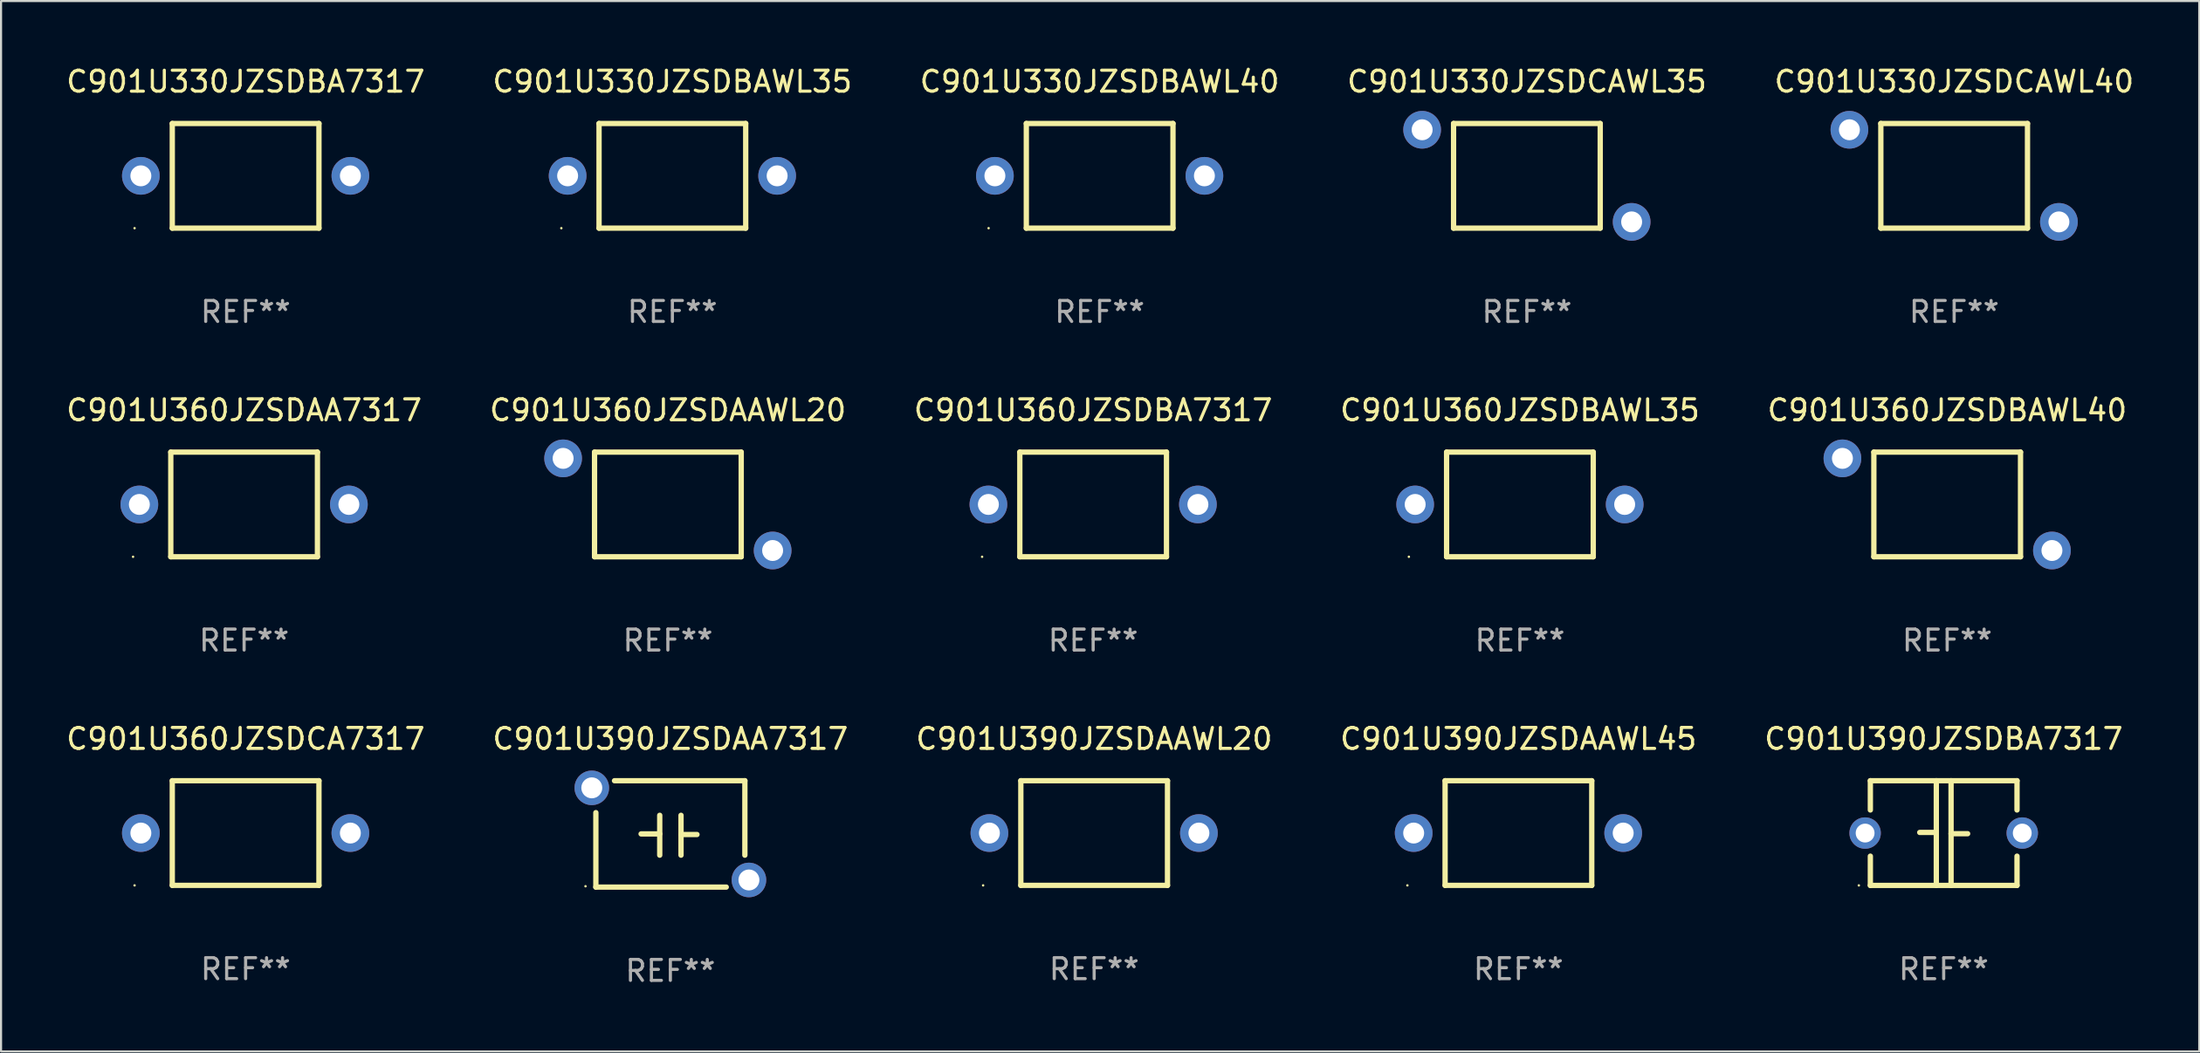
<source format=kicad_pcb>
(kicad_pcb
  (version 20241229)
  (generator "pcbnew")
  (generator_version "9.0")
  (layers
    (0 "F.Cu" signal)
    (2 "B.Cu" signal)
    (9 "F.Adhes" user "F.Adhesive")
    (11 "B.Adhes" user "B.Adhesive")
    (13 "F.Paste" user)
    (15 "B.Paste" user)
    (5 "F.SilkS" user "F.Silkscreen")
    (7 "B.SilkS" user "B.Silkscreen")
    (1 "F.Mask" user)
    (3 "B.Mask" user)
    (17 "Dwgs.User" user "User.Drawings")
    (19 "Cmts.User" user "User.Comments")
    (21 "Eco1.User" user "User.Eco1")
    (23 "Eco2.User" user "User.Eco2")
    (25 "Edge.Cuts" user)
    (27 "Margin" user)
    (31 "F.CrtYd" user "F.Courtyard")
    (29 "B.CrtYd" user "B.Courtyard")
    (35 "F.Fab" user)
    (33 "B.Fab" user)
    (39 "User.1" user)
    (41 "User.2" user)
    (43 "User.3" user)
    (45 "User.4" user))
  (footprint "C901U360JZSDBA7317"
    (layer "F.Cu")
    (at 49.125 21.043)
    (property "Reference" "C901U360JZSDBA7317" (at 0 -4.499 0) (layer "F.SilkS") (effects (font (size 1 1) (thickness 0.15))))
    (attr through_hole)
    (fp_line (start -3.5 -2.499) (end 3.5 -2.499) (stroke (width 0.254) (type solid)) (layer "F.SilkS"))
    (fp_line (start -3.5 2.499) (end -3.5 -2.499) (stroke (width 0.254) (type solid)) (layer "F.SilkS"))
    (fp_line (start 3.5 -2.499) (end 3.5 2.499) (stroke (width 0.254) (type solid)) (layer "F.SilkS"))
    (fp_line (start 3.5 2.499) (end -3.5 2.499) (stroke (width 0.254) (type solid)) (layer "F.SilkS"))
    (fp_circle (center -5.3 2.5) (end -5.27 2.5) (stroke (width 0.06) (type solid)) (fill no) (layer "F.SilkS"))
    (fp_text user "REF**" (at 0 6.499 0) (layer "F.Fab") (effects (font (size 1 1) (thickness 0.15))))
    (pad "1" thru_hole circle (at -5 0) (size 1.8 1.8) (drill 1) (layers "*.Cu" "*.Mask"))
    (pad "2" thru_hole circle (at 5 0) (size 1.8 1.8) (drill 1) (layers "*.Cu" "*.Mask")))
  (footprint "C901U360JZSDAAWL20"
    (layer "F.Cu")
    (at 28.827 21.043)
    (property "Reference" "C901U360JZSDAAWL20" (at 0 -4.499 0) (layer "F.SilkS") (effects (font (size 1 1) (thickness 0.15))))
    (attr through_hole)
    (fp_line (start -3.5 -2.499) (end -3.5 2.499) (stroke (width 0.254) (type solid)) (layer "F.SilkS"))
    (fp_line (start -3.5 2.499) (end 3.5 2.499) (stroke (width 0.254) (type solid)) (layer "F.SilkS"))
    (fp_line (start 3.5 -2.499) (end -3.5 -2.499) (stroke (width 0.254) (type solid)) (layer "F.SilkS"))
    (fp_line (start 3.5 2.499) (end 3.5 -2.499) (stroke (width 0.254) (type solid)) (layer "F.SilkS"))
    (fp_circle (center -5.3 -2.502) (end -5.27 -2.502) (stroke (width 0.06) (type solid)) (fill no) (layer "F.SilkS"))
    (fp_text user "REF**" (at 0 6.499 0) (layer "F.Fab") (effects (font (size 1 1) (thickness 0.15))))
    (pad "1" thru_hole circle (at -5 -2.2) (size 1.8 1.8) (drill 1) (layers "*.Cu" "*.Mask"))
    (pad "2" thru_hole circle (at 5 2.2) (size 1.8 1.8) (drill 1) (layers "*.Cu" "*.Mask")))
  (footprint "C901U360JZSDBAWL35"
    (layer "F.Cu")
    (at 69.494 21.043)
    (property "Reference" "C901U360JZSDBAWL35" (at 0 -4.499 0) (layer "F.SilkS") (effects (font (size 1 1) (thickness 0.15))))
    (attr through_hole)
    (fp_line (start -3.5 -2.499) (end 3.5 -2.499) (stroke (width 0.254) (type solid)) (layer "F.SilkS"))
    (fp_line (start -3.5 2.499) (end -3.5 -2.499) (stroke (width 0.254) (type solid)) (layer "F.SilkS"))
    (fp_line (start 3.5 -2.499) (end 3.5 2.499) (stroke (width 0.254) (type solid)) (layer "F.SilkS"))
    (fp_line (start 3.5 2.499) (end -3.5 2.499) (stroke (width 0.254) (type solid)) (layer "F.SilkS"))
    (fp_circle (center -5.3 2.5) (end -5.27 2.5) (stroke (width 0.06) (type solid)) (fill no) (layer "F.SilkS"))
    (fp_text user "REF**" (at 0 6.499 0) (layer "F.Fab") (effects (font (size 1 1) (thickness 0.15))))
    (pad "1" thru_hole circle (at -5 0) (size 1.8 1.8) (drill 1) (layers "*.Cu" "*.Mask"))
    (pad "2" thru_hole circle (at 5 0) (size 1.8 1.8) (drill 1) (layers "*.Cu" "*.Mask")))
  (footprint "C901U390JZSDAAWL45"
    (layer "F.Cu")
    (at 69.423 36.738)
    (property "Reference" "C901U390JZSDAAWL45" (at 0 -4.499 0) (layer "F.SilkS") (effects (font (size 1 1) (thickness 0.15))))
    (attr through_hole)
    (fp_line (start -3.5 -2.499) (end 3.5 -2.499) (stroke (width 0.254) (type solid)) (layer "F.SilkS"))
    (fp_line (start -3.5 2.499) (end -3.5 -2.499) (stroke (width 0.254) (type solid)) (layer "F.SilkS"))
    (fp_line (start 3.5 -2.499) (end 3.5 2.499) (stroke (width 0.254) (type solid)) (layer "F.SilkS"))
    (fp_line (start 3.5 2.499) (end -3.5 2.499) (stroke (width 0.254) (type solid)) (layer "F.SilkS"))
    (fp_circle (center -5.3 2.5) (end -5.27 2.5) (stroke (width 0.06) (type solid)) (fill no) (layer "F.SilkS"))
    (fp_text user "REF**" (at 0 6.499 0) (layer "F.Fab") (effects (font (size 1 1) (thickness 0.15))))
    (pad "1" thru_hole circle (at -5 0) (size 1.8 1.8) (drill 1) (layers "*.Cu" "*.Mask"))
    (pad "2" thru_hole circle (at 5 0) (size 1.8 1.8) (drill 1) (layers "*.Cu" "*.Mask")))
  (footprint "C901U390JZSDAAWL20"
    (layer "F.Cu")
    (at 49.173 36.738)
    (property "Reference" "C901U390JZSDAAWL20" (at 0 -4.499 0) (layer "F.SilkS") (effects (font (size 1 1) (thickness 0.15))))
    (attr through_hole)
    (fp_line (start -3.5 -2.499) (end 3.5 -2.499) (stroke (width 0.254) (type solid)) (layer "F.SilkS"))
    (fp_line (start -3.5 2.499) (end -3.5 -2.499) (stroke (width 0.254) (type solid)) (layer "F.SilkS"))
    (fp_line (start 3.5 -2.499) (end 3.5 2.499) (stroke (width 0.254) (type solid)) (layer "F.SilkS"))
    (fp_line (start 3.5 2.499) (end -3.5 2.499) (stroke (width 0.254) (type solid)) (layer "F.SilkS"))
    (fp_circle (center -5.3 2.5) (end -5.27 2.5) (stroke (width 0.06) (type solid)) (fill no) (layer "F.SilkS"))
    (fp_text user "REF**" (at 0 6.499 0) (layer "F.Fab") (effects (font (size 1 1) (thickness 0.15))))
    (pad "1" thru_hole circle (at -5 0) (size 1.8 1.8) (drill 1) (layers "*.Cu" "*.Mask"))
    (pad "2" thru_hole circle (at 5 0) (size 1.8 1.8) (drill 1) (layers "*.Cu" "*.Mask")))
  (footprint "C901U360JZSDBAWL40"
    (layer "F.Cu")
    (at 89.887 21.043)
    (property "Reference" "C901U360JZSDBAWL40" (at 0 -4.499 0) (layer "F.SilkS") (effects (font (size 1 1) (thickness 0.15))))
    (attr through_hole)
    (fp_line (start -3.5 -2.499) (end -3.5 2.499) (stroke (width 0.254) (type solid)) (layer "F.SilkS"))
    (fp_line (start -3.5 2.499) (end 3.5 2.499) (stroke (width 0.254) (type solid)) (layer "F.SilkS"))
    (fp_line (start 3.5 -2.499) (end -3.5 -2.499) (stroke (width 0.254) (type solid)) (layer "F.SilkS"))
    (fp_line (start 3.5 2.499) (end 3.5 -2.499) (stroke (width 0.254) (type solid)) (layer "F.SilkS"))
    (fp_circle (center -5.3 -2.502) (end -5.27 -2.502) (stroke (width 0.06) (type solid)) (fill no) (layer "F.SilkS"))
    (fp_text user "REF**" (at 0 6.499 0) (layer "F.Fab") (effects (font (size 1 1) (thickness 0.15))))
    (pad "1" thru_hole circle (at -5 -2.2) (size 1.8 1.8) (drill 1) (layers "*.Cu" "*.Mask"))
    (pad "2" thru_hole circle (at 5 2.2) (size 1.8 1.8) (drill 1) (layers "*.Cu" "*.Mask")))
  (footprint "C901U390JZSDAA7317"
    (layer "F.Cu")
    (at 28.946 36.779)
    (property "Reference" "C901U390JZSDAA7317" (at 0 -4.54 0) (layer "F.SilkS") (effects (font (size 1 1) (thickness 0.15))))
    (attr through_hole)
    (fp_line (start -3.556 2.54) (end -3.556 -1.016) (stroke (width 0.254) (type solid)) (layer "F.SilkS"))
    (fp_line (start -1.397 0) (end -0.508 0) (stroke (width 0.254) (type solid)) (layer "F.SilkS"))
    (fp_line (start -0.508 -0.889) (end -0.508 1.016) (stroke (width 0.254) (type solid)) (layer "F.SilkS"))
    (fp_line (start 0.508 -0.889) (end 0.508 1.016) (stroke (width 0.254) (type solid)) (layer "F.SilkS"))
    (fp_line (start 0.508 0.029) (end 1.27 0.029) (stroke (width 0.254) (type solid)) (layer "F.SilkS"))
    (fp_line (start 2.667 2.54) (end -3.556 2.54) (stroke (width 0.254) (type solid)) (layer "F.SilkS"))
    (fp_line (start 3.556 -2.54) (end -2.667 -2.54) (stroke (width 0.254) (type solid)) (layer "F.SilkS"))
    (fp_line (start 3.556 -2.54) (end 3.556 1.016) (stroke (width 0.254) (type solid)) (layer "F.SilkS"))
    (fp_circle (center -4.05 2.5) (end -4.02 2.5) (stroke (width 0.06) (type solid)) (fill no) (layer "F.SilkS"))
    (fp_text user "REF**" (at 0 6.54 0) (layer "F.Fab") (effects (font (size 1 1) (thickness 0.15))))
    (pad "1" thru_hole circle (at -3.75 -2.2) (size 1.65 1.65) (drill 1) (layers "*.Cu" "*.Mask"))
    (pad "2" thru_hole circle (at 3.75 2.2) (size 1.65 1.65) (drill 1) (layers "*.Cu" "*.Mask")))
  (footprint "C901U330JZSDCAWL40"
    (layer "F.Cu")
    (at 90.22 5.348)
    (property "Reference" "C901U330JZSDCAWL40" (at 0 -4.499 0) (layer "F.SilkS") (effects (font (size 1 1) (thickness 0.15))))
    (attr through_hole)
    (fp_line (start -3.5 -2.499) (end -3.5 2.499) (stroke (width 0.254) (type solid)) (layer "F.SilkS"))
    (fp_line (start -3.5 2.499) (end 3.5 2.499) (stroke (width 0.254) (type solid)) (layer "F.SilkS"))
    (fp_line (start 3.5 -2.499) (end -3.5 -2.499) (stroke (width 0.254) (type solid)) (layer "F.SilkS"))
    (fp_line (start 3.5 2.499) (end 3.5 -2.499) (stroke (width 0.254) (type solid)) (layer "F.SilkS"))
    (fp_circle (center -5.3 -2.502) (end -5.27 -2.502) (stroke (width 0.06) (type solid)) (fill no) (layer "F.SilkS"))
    (fp_text user "REF**" (at 0 6.499 0) (layer "F.Fab") (effects (font (size 1 1) (thickness 0.15))))
    (pad "1" thru_hole circle (at -5 -2.2) (size 1.8 1.8) (drill 1) (layers "*.Cu" "*.Mask"))
    (pad "2" thru_hole circle (at 5 2.2) (size 1.8 1.8) (drill 1) (layers "*.Cu" "*.Mask")))
  (footprint "C901U330JZSDBAWL35"
    (layer "F.Cu")
    (at 29.042 5.348)
    (property "Reference" "C901U330JZSDBAWL35" (at 0 -4.499 0) (layer "F.SilkS") (effects (font (size 1 1) (thickness 0.15))))
    (attr through_hole)
    (fp_line (start -3.5 -2.499) (end 3.5 -2.499) (stroke (width 0.254) (type solid)) (layer "F.SilkS"))
    (fp_line (start -3.5 2.499) (end -3.5 -2.499) (stroke (width 0.254) (type solid)) (layer "F.SilkS"))
    (fp_line (start 3.5 -2.499) (end 3.5 2.499) (stroke (width 0.254) (type solid)) (layer "F.SilkS"))
    (fp_line (start 3.5 2.499) (end -3.5 2.499) (stroke (width 0.254) (type solid)) (layer "F.SilkS"))
    (fp_circle (center -5.3 2.5) (end -5.27 2.5) (stroke (width 0.06) (type solid)) (fill no) (layer "F.SilkS"))
    (fp_text user "REF**" (at 0 6.499 0) (layer "F.Fab") (effects (font (size 1 1) (thickness 0.15))))
    (pad "1" thru_hole circle (at -5 0) (size 1.8 1.8) (drill 1) (layers "*.Cu" "*.Mask"))
    (pad "2" thru_hole circle (at 5 0) (size 1.8 1.8) (drill 1) (layers "*.Cu" "*.Mask")))
  (footprint "C901U390JZSDBA7317"
    (layer "F.Cu")
    (at 89.72 36.739)
    (property "Reference" "C901U390JZSDBA7317" (at 0 -4.5 0) (layer "F.SilkS") (effects (font (size 1 1) (thickness 0.15))))
    (attr through_hole)
    (fp_line (start -3.5 -2.5) (end -3.5 -1.103) (stroke (width 0.254) (type solid)) (layer "F.SilkS"))
    (fp_line (start -3.5 -2.5) (end 3.5 -2.5) (stroke (width 0.254) (type solid)) (layer "F.SilkS"))
    (fp_line (start -3.5 1.103) (end -3.5 2.5) (stroke (width 0.254) (type solid)) (layer "F.SilkS"))
    (fp_line (start -0.352 -0.03) (end -1.143 -0.03) (stroke (width 0.254) (type solid)) (layer "F.SilkS"))
    (fp_line (start -0.352 2.5) (end -0.352 -2.5) (stroke (width 0.254) (type solid)) (layer "F.SilkS"))
    (fp_line (start 0.352 -2.5) (end 0.352 2.5) (stroke (width 0.254) (type solid)) (layer "F.SilkS"))
    (fp_line (start 0.352 0.03) (end 1.143 0.03) (stroke (width 0.254) (type solid)) (layer "F.SilkS"))
    (fp_line (start 3.5 -2.5) (end 3.5 -1.103) (stroke (width 0.254) (type solid)) (layer "F.SilkS"))
    (fp_line (start 3.5 1.103) (end 3.5 2.5) (stroke (width 0.254) (type solid)) (layer "F.SilkS"))
    (fp_line (start 3.5 2.5) (end -3.5 2.5) (stroke (width 0.254) (type solid)) (layer "F.SilkS"))
    (fp_circle (center -4.05 2.5) (end -4.02 2.5) (stroke (width 0.06) (type solid)) (fill no) (layer "F.SilkS"))
    (fp_text user "REF**" (at 0 6.5 0) (layer "F.Fab") (effects (font (size 1 1) (thickness 0.15))))
    (pad "1" thru_hole circle (at -3.75 0) (size 1.5 1.5) (drill 0.9) (layers "*.Cu" "*.Mask"))
    (pad "2" thru_hole circle (at 3.75 0) (size 1.5 1.5) (drill 0.9) (layers "*.Cu" "*.Mask")))
  (footprint "C901U330JZSDBA7317"
    (layer "F.Cu")
    (at 8.673 5.348)
    (property "Reference" "C901U330JZSDBA7317" (at 0 -4.499 0) (layer "F.SilkS") (effects (font (size 1 1) (thickness 0.15))))
    (attr through_hole)
    (fp_line (start -3.5 -2.499) (end 3.5 -2.499) (stroke (width 0.254) (type solid)) (layer "F.SilkS"))
    (fp_line (start -3.5 2.499) (end -3.5 -2.499) (stroke (width 0.254) (type solid)) (layer "F.SilkS"))
    (fp_line (start 3.5 -2.499) (end 3.5 2.499) (stroke (width 0.254) (type solid)) (layer "F.SilkS"))
    (fp_line (start 3.5 2.499) (end -3.5 2.499) (stroke (width 0.254) (type solid)) (layer "F.SilkS"))
    (fp_circle (center -5.3 2.5) (end -5.27 2.5) (stroke (width 0.06) (type solid)) (fill no) (layer "F.SilkS"))
    (fp_text user "REF**" (at 0 6.499 0) (layer "F.Fab") (effects (font (size 1 1) (thickness 0.15))))
    (pad "1" thru_hole circle (at -5 0) (size 1.8 1.8) (drill 1) (layers "*.Cu" "*.Mask"))
    (pad "2" thru_hole circle (at 5 0) (size 1.8 1.8) (drill 1) (layers "*.Cu" "*.Mask")))
  (footprint "C901U330JZSDCAWL35"
    (layer "F.Cu")
    (at 69.827 5.348)
    (property "Reference" "C901U330JZSDCAWL35" (at 0 -4.499 0) (layer "F.SilkS") (effects (font (size 1 1) (thickness 0.15))))
    (attr through_hole)
    (fp_line (start -3.5 -2.499) (end -3.5 2.499) (stroke (width 0.254) (type solid)) (layer "F.SilkS"))
    (fp_line (start -3.5 2.499) (end 3.5 2.499) (stroke (width 0.254) (type solid)) (layer "F.SilkS"))
    (fp_line (start 3.5 -2.499) (end -3.5 -2.499) (stroke (width 0.254) (type solid)) (layer "F.SilkS"))
    (fp_line (start 3.5 2.499) (end 3.5 -2.499) (stroke (width 0.254) (type solid)) (layer "F.SilkS"))
    (fp_circle (center -5.3 -2.502) (end -5.27 -2.502) (stroke (width 0.06) (type solid)) (fill no) (layer "F.SilkS"))
    (fp_text user "REF**" (at 0 6.499 0) (layer "F.Fab") (effects (font (size 1 1) (thickness 0.15))))
    (pad "1" thru_hole circle (at -5 -2.2) (size 1.8 1.8) (drill 1) (layers "*.Cu" "*.Mask"))
    (pad "2" thru_hole circle (at 5 2.2) (size 1.8 1.8) (drill 1) (layers "*.Cu" "*.Mask")))
  (footprint "C901U330JZSDBAWL40"
    (layer "F.Cu")
    (at 49.435 5.348)
    (property "Reference" "C901U330JZSDBAWL40" (at 0 -4.499 0) (layer "F.SilkS") (effects (font (size 1 1) (thickness 0.15))))
    (attr through_hole)
    (fp_line (start -3.5 -2.499) (end 3.5 -2.499) (stroke (width 0.254) (type solid)) (layer "F.SilkS"))
    (fp_line (start -3.5 2.499) (end -3.5 -2.499) (stroke (width 0.254) (type solid)) (layer "F.SilkS"))
    (fp_line (start 3.5 -2.499) (end 3.5 2.499) (stroke (width 0.254) (type solid)) (layer "F.SilkS"))
    (fp_line (start 3.5 2.499) (end -3.5 2.499) (stroke (width 0.254) (type solid)) (layer "F.SilkS"))
    (fp_circle (center -5.3 2.5) (end -5.27 2.5) (stroke (width 0.06) (type solid)) (fill no) (layer "F.SilkS"))
    (fp_text user "REF**" (at 0 6.499 0) (layer "F.Fab") (effects (font (size 1 1) (thickness 0.15))))
    (pad "1" thru_hole circle (at -5 0) (size 1.8 1.8) (drill 1) (layers "*.Cu" "*.Mask"))
    (pad "2" thru_hole circle (at 5 0) (size 1.8 1.8) (drill 1) (layers "*.Cu" "*.Mask")))
  (footprint "C901U360JZSDAA7317"
    (layer "F.Cu")
    (at 8.601 21.043)
    (property "Reference" "C901U360JZSDAA7317" (at 0 -4.499 0) (layer "F.SilkS") (effects (font (size 1 1) (thickness 0.15))))
    (attr through_hole)
    (fp_line (start -3.5 -2.499) (end 3.5 -2.499) (stroke (width 0.254) (type solid)) (layer "F.SilkS"))
    (fp_line (start -3.5 2.499) (end -3.5 -2.499) (stroke (width 0.254) (type solid)) (layer "F.SilkS"))
    (fp_line (start 3.5 -2.499) (end 3.5 2.499) (stroke (width 0.254) (type solid)) (layer "F.SilkS"))
    (fp_line (start 3.5 2.499) (end -3.5 2.499) (stroke (width 0.254) (type solid)) (layer "F.SilkS"))
    (fp_circle (center -5.3 2.5) (end -5.27 2.5) (stroke (width 0.06) (type solid)) (fill no) (layer "F.SilkS"))
    (fp_text user "REF**" (at 0 6.499 0) (layer "F.Fab") (effects (font (size 1 1) (thickness 0.15))))
    (pad "1" thru_hole circle (at -5 0) (size 1.8 1.8) (drill 1) (layers "*.Cu" "*.Mask"))
    (pad "2" thru_hole circle (at 5 0) (size 1.8 1.8) (drill 1) (layers "*.Cu" "*.Mask")))
  (footprint "C901U360JZSDCA7317"
    (layer "F.Cu")
    (at 8.673 36.738)
    (property "Reference" "C901U360JZSDCA7317" (at 0 -4.499 0) (layer "F.SilkS") (effects (font (size 1 1) (thickness 0.15))))
    (attr through_hole)
    (fp_line (start -3.5 -2.499) (end 3.5 -2.499) (stroke (width 0.254) (type solid)) (layer "F.SilkS"))
    (fp_line (start -3.5 2.499) (end -3.5 -2.499) (stroke (width 0.254) (type solid)) (layer "F.SilkS"))
    (fp_line (start 3.5 -2.499) (end 3.5 2.499) (stroke (width 0.254) (type solid)) (layer "F.SilkS"))
    (fp_line (start 3.5 2.499) (end -3.5 2.499) (stroke (width 0.254) (type solid)) (layer "F.SilkS"))
    (fp_circle (center -5.3 2.5) (end -5.27 2.5) (stroke (width 0.06) (type solid)) (fill no) (layer "F.SilkS"))
    (fp_text user "REF**" (at 0 6.499 0) (layer "F.Fab") (effects (font (size 1 1) (thickness 0.15))))
    (pad "1" thru_hole circle (at -5 0) (size 1.8 1.8) (drill 1) (layers "*.Cu" "*.Mask"))
    (pad "2" thru_hole circle (at 5 0) (size 1.8 1.8) (drill 1) (layers "*.Cu" "*.Mask")))
  (gr_rect
    (start -3 -3)
    (end 101.917 47.167)
    (stroke (width 0.1) (type default))
    (fill no)
    (layer "Edge.Cuts")))
</source>
